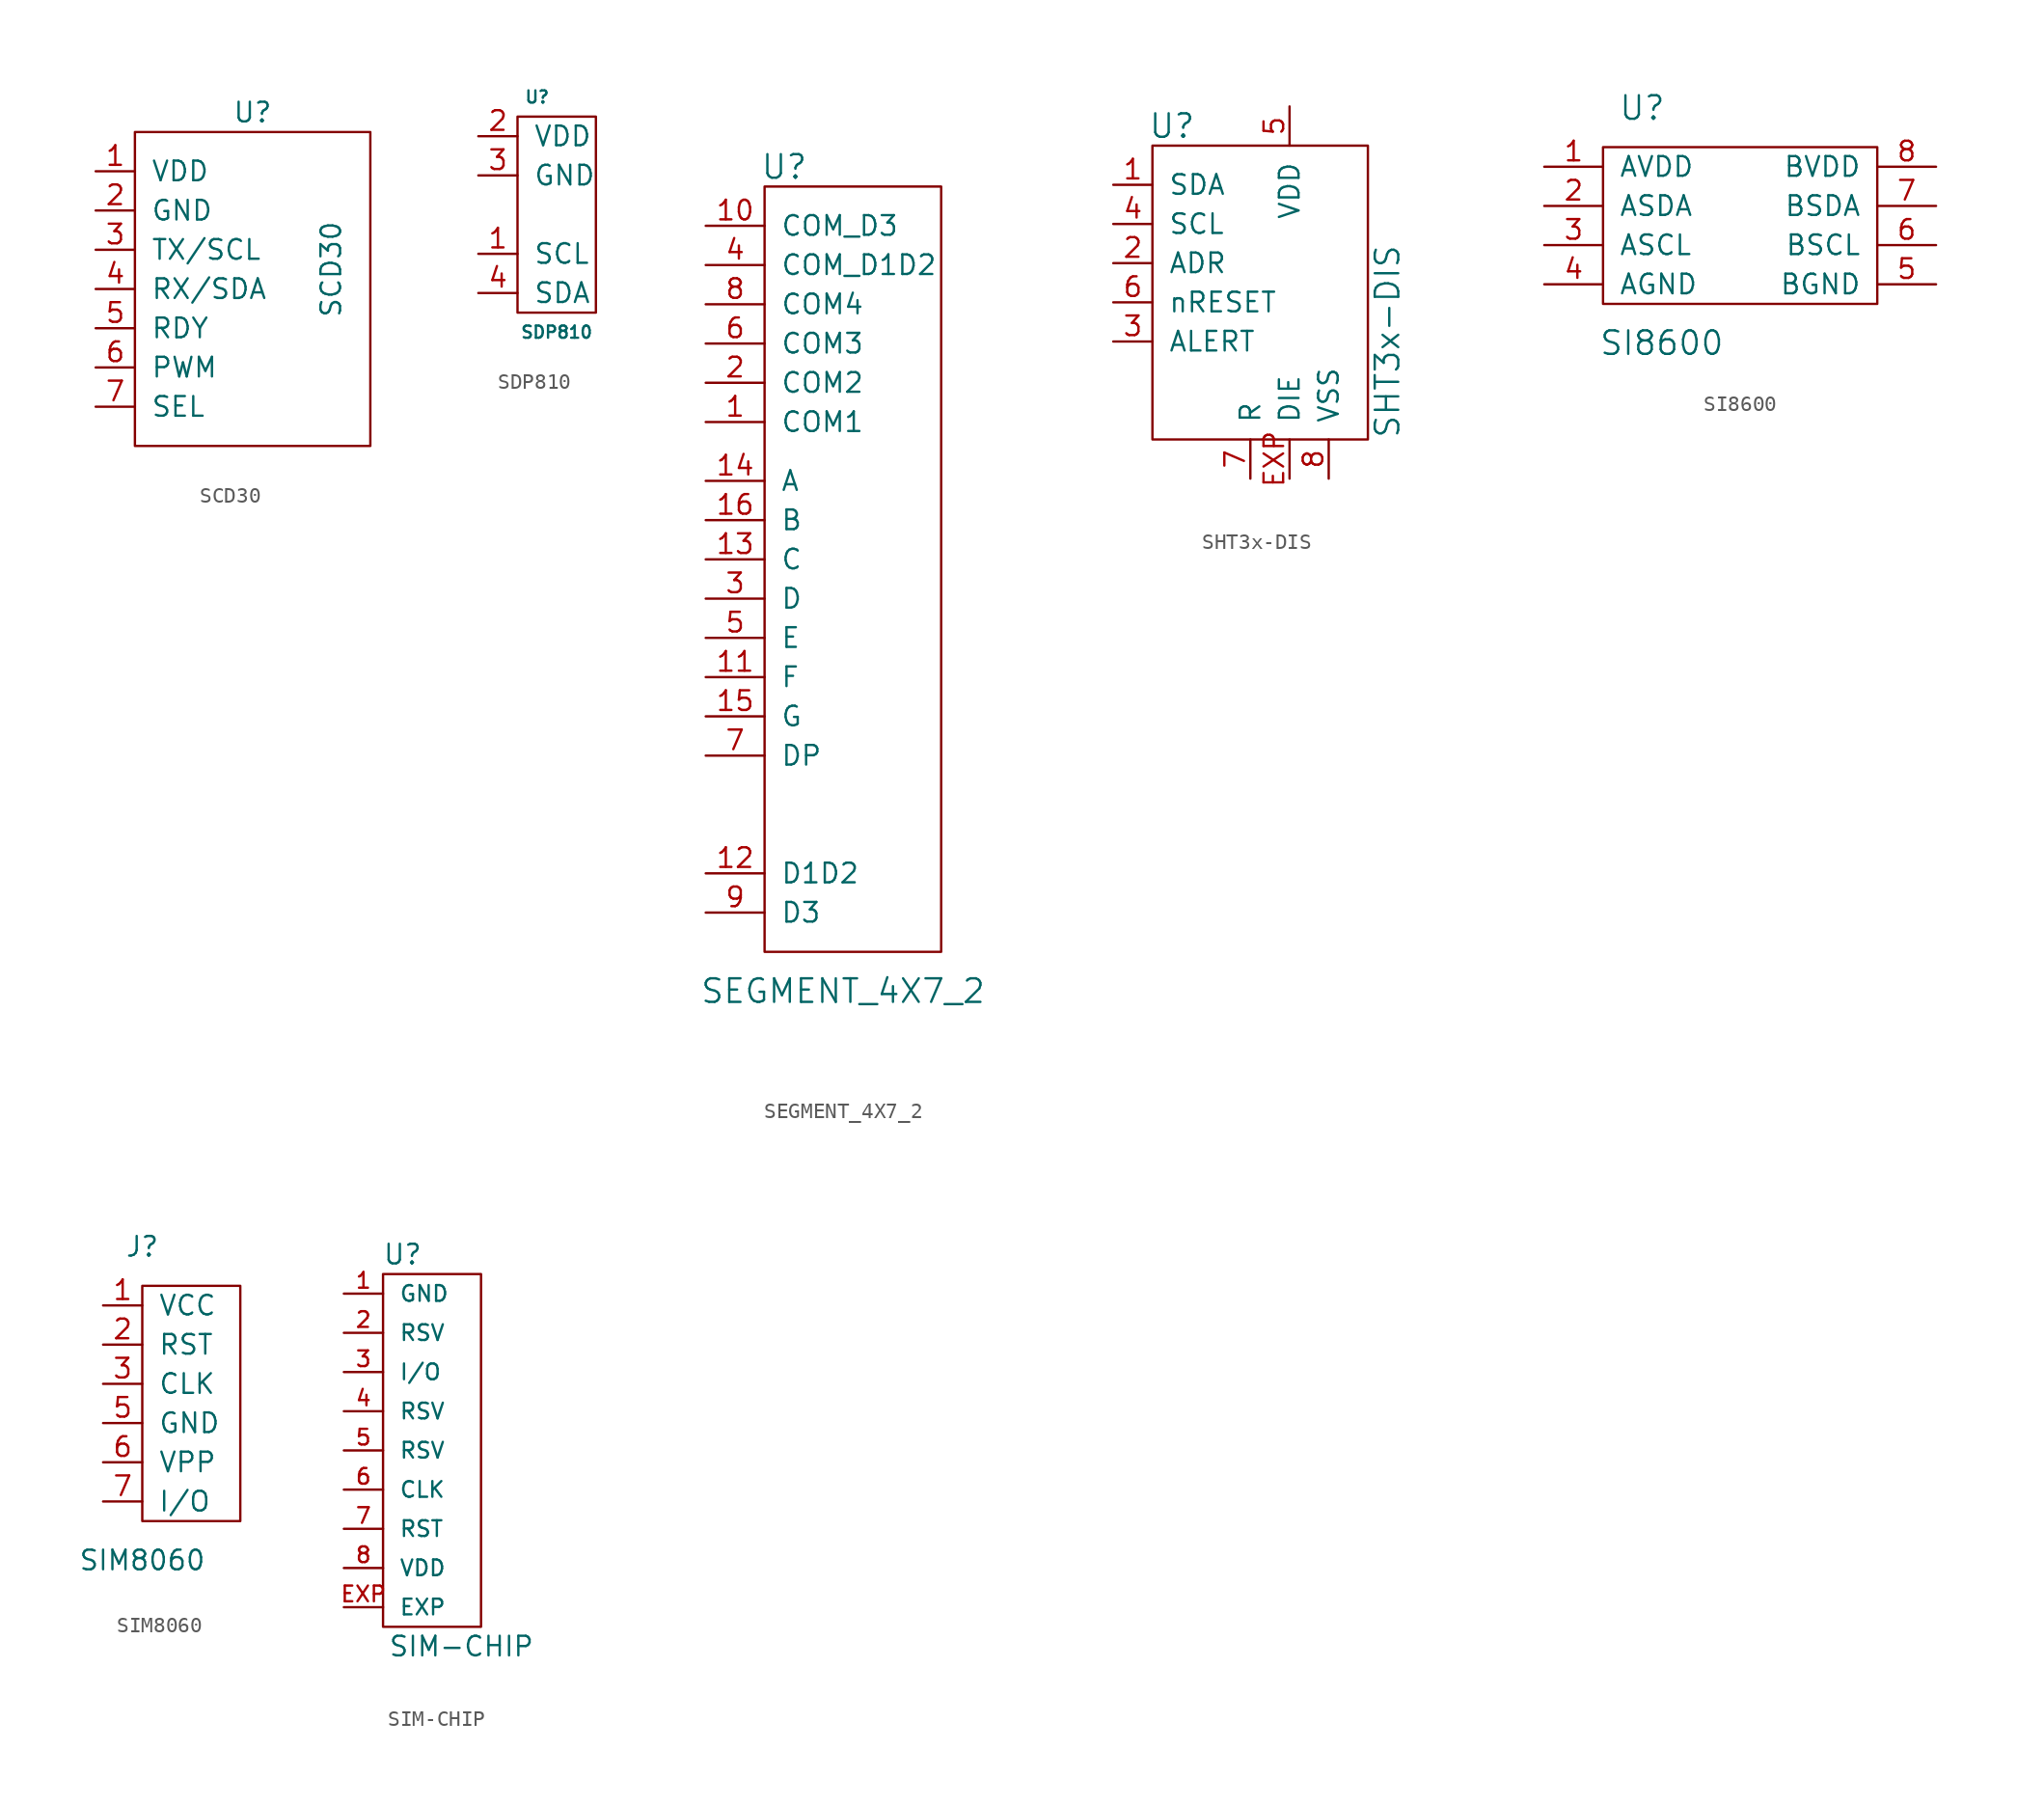
<source format=kicad_sym>
(kicad_symbol_lib
  (version 20210619)
  (generator kicad_symbol_editor)
  (symbol "tinkerforge:SCD30"
    (pin_names
      (offset 1.016))
    (property "Reference" "U"
      (at 1.27 11.43 0)
      (effects (font (size 1.27 1.27))))
    (property "Value" "SCD30"
      (at 6.35 1.27 90)
      (effects (font (size 1.27 1.27))))
    (symbol "SCD30_0_1"
      (rectangle (start -6.35 -10.16) (end 8.89 10.16) (stroke (width 0)) (fill (type none))))
    (symbol "SCD30_1_1"
      (pin input line (at -8.89 7.62 0) (length 2.54) (name "VDD" (effects (font (size 1.27 1.27)))) (number "1" (effects (font (size 1.27 1.27)))))
      (pin input line (at -8.89 5.08 0) (length 2.54) (name "GND" (effects (font (size 1.27 1.27)))) (number "2" (effects (font (size 1.27 1.27)))))
      (pin input line (at -8.89 2.54 0) (length 2.54) (name "TX/SCL" (effects (font (size 1.27 1.27)))) (number "3" (effects (font (size 1.27 1.27)))))
      (pin input line (at -8.89 0 0) (length 2.54) (name "RX/SDA" (effects (font (size 1.27 1.27)))) (number "4" (effects (font (size 1.27 1.27)))))
      (pin input line (at -8.89 -2.54 0) (length 2.54) (name "RDY" (effects (font (size 1.27 1.27)))) (number "5" (effects (font (size 1.27 1.27)))))
      (pin input line (at -8.89 -5.08 0) (length 2.54) (name "PWM" (effects (font (size 1.27 1.27)))) (number "6" (effects (font (size 1.27 1.27)))))
      (pin input line (at -8.89 -7.62 0) (length 2.54) (name "SEL" (effects (font (size 1.27 1.27)))) (number "7" (effects (font (size 1.27 1.27)))))))
  (symbol "tinkerforge:SDP810"
    (pin_names
      (offset 1.016))
    (property "Reference" "U"
      (at 1.27 7.62 0)
      (effects (font (size 0.787 0.787))))
    (property "Value" "SDP810"
      (at 2.54 -7.62 0)
      (effects (font (size 0.787 0.787))))
    (symbol "SDP810_0_1"
      (rectangle (start 0 6.35) (end 5.08 -6.35) (stroke (width 0)) (fill (type none))))
    (symbol "SDP810_1_1"
      (pin passive line (at -2.54 -2.54 0) (length 2.54) (name "SCL" (effects (font (size 1.27 1.27)))) (number "1" (effects (font (size 1.27 1.27)))))
      (pin passive line (at -2.54 5.08 0) (length 2.54) (name "VDD" (effects (font (size 1.27 1.27)))) (number "2" (effects (font (size 1.27 1.27)))))
      (pin passive line (at -2.54 2.54 0) (length 2.54) (name "GND" (effects (font (size 1.27 1.27)))) (number "3" (effects (font (size 1.27 1.27)))))
      (pin passive line (at -2.54 -5.08 0) (length 2.54) (name "SDA" (effects (font (size 1.27 1.27)))) (number "4" (effects (font (size 1.27 1.27)))))))
  (symbol "tinkerforge:SEGMENT_4X7_2"
    (pin_names
      (offset 1.016))
    (property "Reference" "U"
      (at -3.81 1.27 0)
      (effects (font (size 1.524 1.524))))
    (property "Value" "SEGMENT_4X7_2"
      (at 0 -52.07 0)
      (effects (font (size 1.524 1.524))))
    (property "Footprint" ""
      (at 0 0 0)
      (effects (font (size 1.524 1.524))))
    (property "Datasheet" ""
      (at 0 0 0)
      (effects (font (size 1.524 1.524))))
    (symbol "SEGMENT_4X7_2_0_1"
      (rectangle (start -5.08 0) (end 6.35 -49.53) (stroke (width 0)) (fill (type none))))
    (symbol "SEGMENT_4X7_2_1_1"
      (pin passive line (at -8.89 -15.24 0) (length 3.81) (name "COM1" (effects (font (size 1.27 1.27)))) (number "1" (effects (font (size 1.27 1.27)))))
      (pin passive line (at -8.89 -2.54 0) (length 3.81) (name "COM_D3" (effects (font (size 1.27 1.27)))) (number "10" (effects (font (size 1.27 1.27)))))
      (pin passive line (at -8.89 -31.75 0) (length 3.81) (name "F" (effects (font (size 1.27 1.27)))) (number "11" (effects (font (size 1.27 1.27)))))
      (pin passive line (at -8.89 -44.45 0) (length 3.81) (name "D1D2" (effects (font (size 1.27 1.27)))) (number "12" (effects (font (size 1.27 1.27)))))
      (pin passive line (at -8.89 -24.13 0) (length 3.81) (name "C" (effects (font (size 1.27 1.27)))) (number "13" (effects (font (size 1.27 1.27)))))
      (pin passive line (at -8.89 -19.05 0) (length 3.81) (name "A" (effects (font (size 1.27 1.27)))) (number "14" (effects (font (size 1.27 1.27)))))
      (pin passive line (at -8.89 -34.29 0) (length 3.81) (name "G" (effects (font (size 1.27 1.27)))) (number "15" (effects (font (size 1.27 1.27)))))
      (pin passive line (at -8.89 -21.59 0) (length 3.81) (name "B" (effects (font (size 1.27 1.27)))) (number "16" (effects (font (size 1.27 1.27)))))
      (pin passive line (at -8.89 -12.7 0) (length 3.81) (name "COM2" (effects (font (size 1.27 1.27)))) (number "2" (effects (font (size 1.27 1.27)))))
      (pin passive line (at -8.89 -26.67 0) (length 3.81) (name "D" (effects (font (size 1.27 1.27)))) (number "3" (effects (font (size 1.27 1.27)))))
      (pin passive line (at -8.89 -5.08 0) (length 3.81) (name "COM_D1D2" (effects (font (size 1.27 1.27)))) (number "4" (effects (font (size 1.27 1.27)))))
      (pin passive line (at -8.89 -29.21 0) (length 3.81) (name "E" (effects (font (size 1.27 1.27)))) (number "5" (effects (font (size 1.27 1.27)))))
      (pin passive line (at -8.89 -10.16 0) (length 3.81) (name "COM3" (effects (font (size 1.27 1.27)))) (number "6" (effects (font (size 1.27 1.27)))))
      (pin passive line (at -8.89 -36.83 0) (length 3.81) (name "DP" (effects (font (size 1.27 1.27)))) (number "7" (effects (font (size 1.27 1.27)))))
      (pin passive line (at -8.89 -7.62 0) (length 3.81) (name "COM4" (effects (font (size 1.27 1.27)))) (number "8" (effects (font (size 1.27 1.27)))))
      (pin passive line (at -8.89 -46.99 0) (length 3.81) (name "D3" (effects (font (size 1.27 1.27)))) (number "9" (effects (font (size 1.27 1.27)))))))
  (symbol "tinkerforge:SHT3x-DIS"
    (pin_names
      (offset 1.016))
    (property "Reference" "U"
      (at -7.62 8.89 0)
      (effects (font (size 1.524 1.524))))
    (property "Value" "SHT3x-DIS"
      (at 6.35 -5.08 90)
      (effects (font (size 1.524 1.524))))
    (property "Footprint" ""
      (at 0 0 0)
      (effects (font (size 1.524 1.524))))
    (property "Datasheet" ""
      (at 0 0 0)
      (effects (font (size 1.524 1.524))))
    (symbol "SHT3x-DIS_0_1"
      (rectangle (start -8.89 7.62) (end 5.08 -11.43) (stroke (width 0)) (fill (type none))))
    (symbol "SHT3x-DIS_1_1"
      (pin input line (at -11.43 5.08 0) (length 2.54) (name "SDA" (effects (font (size 1.27 1.27)))) (number "1" (effects (font (size 1.27 1.27)))))
      (pin input line (at -11.43 0 0) (length 2.54) (name "ADR" (effects (font (size 1.27 1.27)))) (number "2" (effects (font (size 1.27 1.27)))))
      (pin input line (at -11.43 -5.08 0) (length 2.54) (name "ALERT" (effects (font (size 1.27 1.27)))) (number "3" (effects (font (size 1.27 1.27)))))
      (pin input line (at -11.43 2.54 0) (length 2.54) (name "SCL" (effects (font (size 1.27 1.27)))) (number "4" (effects (font (size 1.27 1.27)))))
      (pin input line (at 0 10.16 270) (length 2.54) (name "VDD" (effects (font (size 1.27 1.27)))) (number "5" (effects (font (size 1.27 1.27)))))
      (pin input line (at -11.43 -2.54 0) (length 2.54) (name "nRESET" (effects (font (size 1.27 1.27)))) (number "6" (effects (font (size 1.27 1.27)))))
      (pin input line (at -2.54 -13.97 90) (length 2.54) (name "R" (effects (font (size 1.27 1.27)))) (number "7" (effects (font (size 1.27 1.27)))))
      (pin input line (at 2.54 -13.97 90) (length 2.54) (name "VSS" (effects (font (size 1.27 1.27)))) (number "8" (effects (font (size 1.27 1.27)))))
      (pin input line (at 0 -13.97 90) (length 2.54) (name "DIE" (effects (font (size 1.27 1.27)))) (number "EXP" (effects (font (size 1.27 1.27)))))))
  (symbol "tinkerforge:SI8600"
    (pin_names
      (offset 1.016))
    (property "Reference" "U"
      (at -6.35 7.62 0)
      (effects (font (size 1.524 1.524))))
    (property "Value" "SI8600"
      (at -5.08 -7.62 0)
      (effects (font (size 1.524 1.524))))
    (property "Footprint" ""
      (at 0 0 0)
      (effects (font (size 1.524 1.524))))
    (property "Datasheet" ""
      (at 0 0 0)
      (effects (font (size 1.524 1.524))))
    (symbol "SI8600_0_1"
      (rectangle (start -8.89 5.08) (end 8.89 -5.08) (stroke (width 0)) (fill (type none))))
    (symbol "SI8600_1_1"
      (pin power_in line (at -12.7 3.81 0) (length 3.81) (name "AVDD" (effects (font (size 1.27 1.27)))) (number "1" (effects (font (size 1.27 1.27)))))
      (pin bidirectional line (at -12.7 1.27 0) (length 3.81) (name "ASDA" (effects (font (size 1.27 1.27)))) (number "2" (effects (font (size 1.27 1.27)))))
      (pin bidirectional line (at -12.7 -1.27 0) (length 3.81) (name "ASCL" (effects (font (size 1.27 1.27)))) (number "3" (effects (font (size 1.27 1.27)))))
      (pin power_out line (at -12.7 -3.81 0) (length 3.81) (name "AGND" (effects (font (size 1.27 1.27)))) (number "4" (effects (font (size 1.27 1.27)))))
      (pin passive line (at 12.7 -3.81 180) (length 3.81) (name "BGND" (effects (font (size 1.27 1.27)))) (number "5" (effects (font (size 1.27 1.27)))))
      (pin bidirectional line (at 12.7 -1.27 180) (length 3.81) (name "BSCL" (effects (font (size 1.27 1.27)))) (number "6" (effects (font (size 1.27 1.27)))))
      (pin bidirectional line (at 12.7 1.27 180) (length 3.81) (name "BSDA" (effects (font (size 1.27 1.27)))) (number "7" (effects (font (size 1.27 1.27)))))
      (pin power_in line (at 12.7 3.81 180) (length 3.81) (name "BVDD" (effects (font (size 1.27 1.27)))) (number "8" (effects (font (size 1.27 1.27)))))))
  (symbol "tinkerforge:SIM8060"
    (pin_names
      (offset 1.016))
    (property "Reference" "J"
      (at 0 0 0)
      (effects (font (size 1.27 1.27))))
    (property "Value" "SIM8060"
      (at 0 -20.32 0)
      (effects (font (size 1.27 1.27))))
    (symbol "SIM8060_0_1"
      (rectangle (start 0 -2.54) (end 6.35 -17.78) (stroke (width 0)) (fill (type none))))
    (symbol "SIM8060_1_1"
      (pin passive line (at -2.54 -3.81 0) (length 2.54) (name "VCC" (effects (font (size 1.27 1.27)))) (number "1" (effects (font (size 1.27 1.27)))))
      (pin passive line (at -2.54 -6.35 0) (length 2.54) (name "RST" (effects (font (size 1.27 1.27)))) (number "2" (effects (font (size 1.27 1.27)))))
      (pin passive line (at -2.54 -8.89 0) (length 2.54) (name "CLK" (effects (font (size 1.27 1.27)))) (number "3" (effects (font (size 1.27 1.27)))))
      (pin passive line (at -2.54 -11.43 0) (length 2.54) (name "GND" (effects (font (size 1.27 1.27)))) (number "5" (effects (font (size 1.27 1.27)))))
      (pin passive line (at -2.54 -13.97 0) (length 2.54) (name "VPP" (effects (font (size 1.27 1.27)))) (number "6" (effects (font (size 1.27 1.27)))))
      (pin passive line (at -2.54 -16.51 0) (length 2.54) (name "I/O" (effects (font (size 1.27 1.27)))) (number "7" (effects (font (size 1.27 1.27)))))))
  (symbol "tinkerforge:SIM-CHIP"
    (pin_names
      (offset 1.016))
    (property "Reference" "U"
      (at 1.27 12.7 0)
      (effects (font (size 1.27 1.27))))
    (property "Value" "SIM-CHIP"
      (at 5.08 -12.7 0)
      (effects (font (size 1.27 1.27))))
    (symbol "SIM-CHIP_0_0"
      (pin passive line (at -2.54 10.16 0) (length 2.54) (name "GND" (effects (font (size 1.016 1.016)))) (number "1" (effects (font (size 1.016 1.016)))))
      (pin passive line (at -2.54 7.62 0) (length 2.54) (name "RSV" (effects (font (size 1.016 1.016)))) (number "2" (effects (font (size 1.016 1.016)))))
      (pin passive line (at -2.54 5.08 0) (length 2.54) (name "I/O" (effects (font (size 1.016 1.016)))) (number "3" (effects (font (size 1.016 1.016)))))
      (pin passive line (at -2.54 2.54 0) (length 2.54) (name "RSV" (effects (font (size 1.016 1.016)))) (number "4" (effects (font (size 1.016 1.016)))))
      (pin passive line (at -2.54 0 0) (length 2.54) (name "RSV" (effects (font (size 1.016 1.016)))) (number "5" (effects (font (size 1.016 1.016)))))
      (pin passive line (at -2.54 -2.54 0) (length 2.54) (name "CLK" (effects (font (size 1.016 1.016)))) (number "6" (effects (font (size 1.016 1.016)))))
      (pin passive line (at -2.54 -5.08 0) (length 2.54) (name "RST" (effects (font (size 1.016 1.016)))) (number "7" (effects (font (size 1.016 1.016)))))
      (pin passive line (at -2.54 -7.62 0) (length 2.54) (name "VDD" (effects (font (size 1.016 1.016)))) (number "8" (effects (font (size 1.016 1.016)))))
      (pin passive line (at -2.54 -10.16 0) (length 2.54) (name "EXP" (effects (font (size 1.016 1.016)))) (number "EXP" (effects (font (size 1.016 1.016))))))
    (symbol "SIM-CHIP_0_1"
      (rectangle (start 0 11.43) (end 6.35 -11.43) (stroke (width 0)) (fill (type none))))))
</source>
